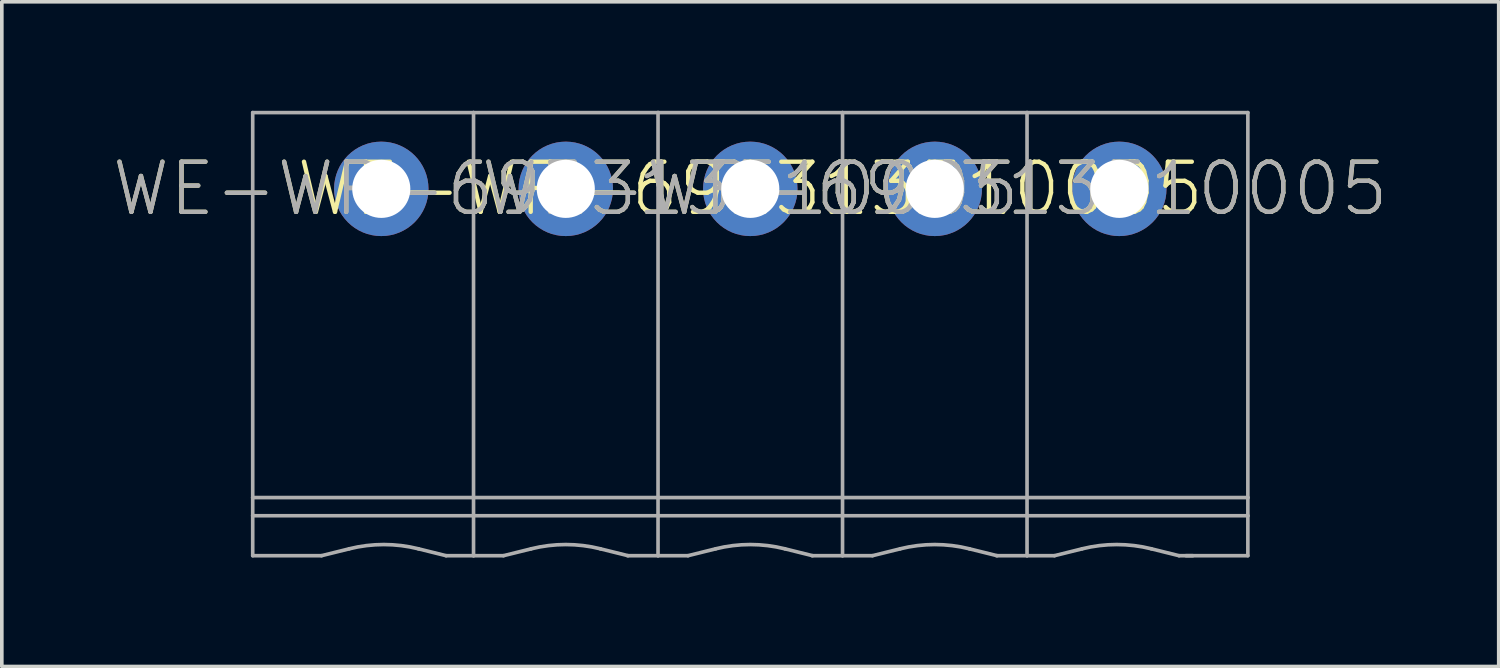
<source format=kicad_pcb>
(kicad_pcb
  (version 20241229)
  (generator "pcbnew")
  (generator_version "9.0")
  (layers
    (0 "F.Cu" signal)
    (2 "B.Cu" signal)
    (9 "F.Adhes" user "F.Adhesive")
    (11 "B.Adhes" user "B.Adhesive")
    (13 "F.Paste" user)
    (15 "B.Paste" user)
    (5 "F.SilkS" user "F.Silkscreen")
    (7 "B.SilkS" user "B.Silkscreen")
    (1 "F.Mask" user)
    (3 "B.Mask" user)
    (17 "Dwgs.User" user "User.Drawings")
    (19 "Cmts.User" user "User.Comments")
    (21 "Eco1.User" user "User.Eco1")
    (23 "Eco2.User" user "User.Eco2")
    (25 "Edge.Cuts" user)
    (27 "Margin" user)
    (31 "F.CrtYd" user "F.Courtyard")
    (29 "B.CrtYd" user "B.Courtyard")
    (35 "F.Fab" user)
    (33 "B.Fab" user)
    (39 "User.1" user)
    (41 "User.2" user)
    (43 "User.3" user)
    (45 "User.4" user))
  (footprint "WE-WR-691313510005"
    (layer "F.Cu")
    (at 17.608 2.15)
    (property "Reference" "WE-WR-691313510005" (at 0 0 0) (unlocked yes) (layer "F.SilkS") (effects (font (size 1.38 1.38) (thickness 0.12))))
    (property "Value" "WE-WR-691313510005" (at 0 0 0) (unlocked yes) (layer "F.Fab") (hide yes) (effects (font (size 1.38 1.38) (thickness 0.12))))
    (fp_line (start -13.7 -2.1) (end -13.7 8.5) (stroke (width 0.1) (type solid)) (layer "F.Fab"))
    (fp_line (start -13.7 -2.1) (end -7.62 -2.1) (stroke (width 0.1) (type solid)) (layer "F.Fab"))
    (fp_line (start -13.7 8.5) (end -13.7 9) (stroke (width 0.1) (type solid)) (layer "F.Fab"))
    (fp_line (start -13.7 8.5) (end -7.62 8.5) (stroke (width 0.1) (type solid)) (layer "F.Fab"))
    (fp_line (start -13.7 9) (end -13.7 10.1) (stroke (width 0.1) (type solid)) (layer "F.Fab"))
    (fp_line (start -13.7 9) (end -7.62 9) (stroke (width 0.1) (type solid)) (layer "F.Fab"))
    (fp_line (start -13.7 10.1) (end -11.805 10.1) (stroke (width 0.1) (type solid)) (layer "F.Fab"))
    (fp_line (start -11.805 10.1) (end -11.043 9.911) (stroke (width 0.1) (type solid)) (layer "F.Fab"))
    (fp_line (start -8.376 10.1) (end -9.137 9.911) (stroke (width 0.1) (type solid)) (layer "F.Fab"))
    (fp_line (start -8.376 10.1) (end -7.62 10.1) (stroke (width 0.1) (type solid)) (layer "F.Fab"))
    (fp_line (start -7.62 -2.1) (end -2.54 -2.1) (stroke (width 0.1) (type solid)) (layer "F.Fab"))
    (fp_line (start -7.62 8.5) (end -7.62 -2.1) (stroke (width 0.1) (type solid)) (layer "F.Fab"))
    (fp_line (start -7.62 8.5) (end -2.54 8.5) (stroke (width 0.1) (type solid)) (layer "F.Fab"))
    (fp_line (start -7.62 9) (end -7.62 8.5) (stroke (width 0.1) (type solid)) (layer "F.Fab"))
    (fp_line (start -7.62 9) (end -2.54 9) (stroke (width 0.1) (type solid)) (layer "F.Fab"))
    (fp_line (start -7.62 10.1) (end -7.62 9) (stroke (width 0.1) (type solid)) (layer "F.Fab"))
    (fp_line (start -7.62 10.1) (end -6.795 10.1) (stroke (width 0.1) (type solid)) (layer "F.Fab"))
    (fp_line (start -6.795 10.1) (end -6.032 9.911) (stroke (width 0.1) (type solid)) (layer "F.Fab"))
    (fp_line (start -3.38 10.1) (end -2.54 10.1) (stroke (width 0.1) (type solid)) (layer "F.Fab"))
    (fp_line (start -3.365 10.1) (end -4.128 9.911) (stroke (width 0.1) (type solid)) (layer "F.Fab"))
    (fp_line (start -2.54 -2.1) (end 2.54 -2.1) (stroke (width 0.1) (type solid)) (layer "F.Fab"))
    (fp_line (start -2.54 8.5) (end -2.54 -2.1) (stroke (width 0.1) (type solid)) (layer "F.Fab"))
    (fp_line (start -2.54 8.5) (end 2.54 8.5) (stroke (width 0.1) (type solid)) (layer "F.Fab"))
    (fp_line (start -2.54 9) (end -2.54 8.5) (stroke (width 0.1) (type solid)) (layer "F.Fab"))
    (fp_line (start -2.54 9) (end 2.54 9) (stroke (width 0.1) (type solid)) (layer "F.Fab"))
    (fp_line (start -2.54 10.1) (end -2.54 9) (stroke (width 0.1) (type solid)) (layer "F.Fab"))
    (fp_line (start -2.54 10.1) (end -1.714 10.1) (stroke (width 0.1) (type solid)) (layer "F.Fab"))
    (fp_line (start -1.714 10.1) (end -0.953 9.911) (stroke (width 0.1) (type solid)) (layer "F.Fab"))
    (fp_line (start 1.7 10.1) (end 2.54 10.1) (stroke (width 0.1) (type solid)) (layer "F.Fab"))
    (fp_line (start 1.714 10.1) (end 0.953 9.911) (stroke (width 0.1) (type solid)) (layer "F.Fab"))
    (fp_line (start 2.54 -2.1) (end 7.62 -2.1) (stroke (width 0.1) (type solid)) (layer "F.Fab"))
    (fp_line (start 2.54 8.5) (end 2.54 -2.1) (stroke (width 0.1) (type solid)) (layer "F.Fab"))
    (fp_line (start 2.54 8.5) (end 7.62 8.5) (stroke (width 0.1) (type solid)) (layer "F.Fab"))
    (fp_line (start 2.54 9) (end 2.54 8.5) (stroke (width 0.1) (type solid)) (layer "F.Fab"))
    (fp_line (start 2.54 9) (end 7.62 9) (stroke (width 0.1) (type solid)) (layer "F.Fab"))
    (fp_line (start 2.54 10.1) (end 2.54 9) (stroke (width 0.1) (type solid)) (layer "F.Fab"))
    (fp_line (start 2.54 10.1) (end 3.365 10.1) (stroke (width 0.1) (type solid)) (layer "F.Fab"))
    (fp_line (start 3.365 10.1) (end 4.128 9.911) (stroke (width 0.1) (type solid)) (layer "F.Fab"))
    (fp_line (start 6.78 10.1) (end 7.62 10.1) (stroke (width 0.1) (type solid)) (layer "F.Fab"))
    (fp_line (start 6.795 10.1) (end 6.032 9.911) (stroke (width 0.1) (type solid)) (layer "F.Fab"))
    (fp_line (start 7.62 -2.1) (end 13.7 -2.1) (stroke (width 0.1) (type solid)) (layer "F.Fab"))
    (fp_line (start 7.62 8.5) (end 7.62 -2.1) (stroke (width 0.1) (type solid)) (layer "F.Fab"))
    (fp_line (start 7.62 8.5) (end 13.7 8.5) (stroke (width 0.1) (type solid)) (layer "F.Fab"))
    (fp_line (start 7.62 9) (end 7.62 8.5) (stroke (width 0.1) (type solid)) (layer "F.Fab"))
    (fp_line (start 7.62 9) (end 13.7 9) (stroke (width 0.1) (type solid)) (layer "F.Fab"))
    (fp_line (start 7.62 10.1) (end 7.62 9) (stroke (width 0.1) (type solid)) (layer "F.Fab"))
    (fp_line (start 8.376 10.1) (end 7.62 10.1) (stroke (width 0.1) (type solid)) (layer "F.Fab"))
    (fp_line (start 8.376 10.1) (end 9.137 9.911) (stroke (width 0.1) (type solid)) (layer "F.Fab"))
    (fp_line (start 11.805 10.1) (end 11.043 9.911) (stroke (width 0.1) (type solid)) (layer "F.Fab"))
    (fp_line (start 11.805 10.1) (end 12.185 10.1) (stroke (width 0.1) (type solid)) (layer "F.Fab"))
    (fp_line (start 11.995 10.1) (end 13.7 10.1) (stroke (width 0.1) (type solid)) (layer "F.Fab"))
    (fp_line (start 13.7 -2.1) (end 13.7 8.5) (stroke (width 0.1) (type solid)) (layer "F.Fab"))
    (fp_line (start 13.7 8.5) (end 13.7 9) (stroke (width 0.1) (type solid)) (layer "F.Fab"))
    (fp_line (start 13.7 9) (end 13.7 10.1) (stroke (width 0.1) (type solid)) (layer "F.Fab"))
    (fp_arc (start -11.0425 9.9105) (mid -10.09 9.793242) (end -9.1375 9.9105) (stroke (width 0.1) (type solid)) (layer "F.Fab"))
    (fp_arc (start -6.0325 9.9105) (mid -5.08 9.793242) (end -4.1275 9.9105) (stroke (width 0.1) (type solid)) (layer "F.Fab"))
    (fp_arc (start -0.9525 9.9105) (mid 0 9.793242) (end 0.9525 9.9105) (stroke (width 0.1) (type solid)) (layer "F.Fab"))
    (fp_arc (start 4.1275 9.9105) (mid 5.08 9.793242) (end 6.0325 9.9105) (stroke (width 0.1) (type solid)) (layer "F.Fab"))
    (fp_arc (start 9.1375 9.9105) (mid 10.09 9.793242) (end 11.0425 9.9105) (stroke (width 0.1) (type solid)) (layer "F.Fab"))
    (fp_text user "${REFERENCE}" (at 5.08 0 0) (layer "F.SilkS") (effects (font (size 1.38 1.38) (thickness 0.12))))
    (fp_text user "${REFERENCE}" (at -5.08 0 0) (layer "F.SilkS") (effects (font (size 1.38 1.38) (thickness 0.12))))
    (fp_text user "${VALUE}" (at 5.08 0 0) (layer "F.Fab") (effects (font (size 1.38 1.38) (thickness 0.12))))
    (fp_text user "${VALUE}" (at -5.08 0 0) (layer "F.Fab") (effects (font (size 1.38 1.38) (thickness 0.12))))
    (pad "1" thru_hole circle (at -10.16 0 90) (size 2.6 2.6) (drill 1.6) (layers "*.Cu" "*.Mask"))
    (pad "2" thru_hole circle (at -5.08 0 90) (size 2.6 2.6) (drill 1.6) (layers "*.Cu" "*.Mask"))
    (pad "3" thru_hole circle (at 0 0 90) (size 2.6 2.6) (drill 1.6) (layers "*.Cu" "*.Mask"))
    (pad "4" thru_hole circle (at 5.08 0 90) (size 2.6 2.6) (drill 1.6) (layers "*.Cu" "*.Mask"))
    (pad "5" thru_hole circle (at 10.16 0 90) (size 2.6 2.6) (drill 1.6) (layers "*.Cu" "*.Mask")))
  (gr_rect
    (start -3 -3)
    (end 38.215 15.3)
    (stroke (width 0.1) (type default))
    (fill no)
    (layer "Edge.Cuts")))
</source>
